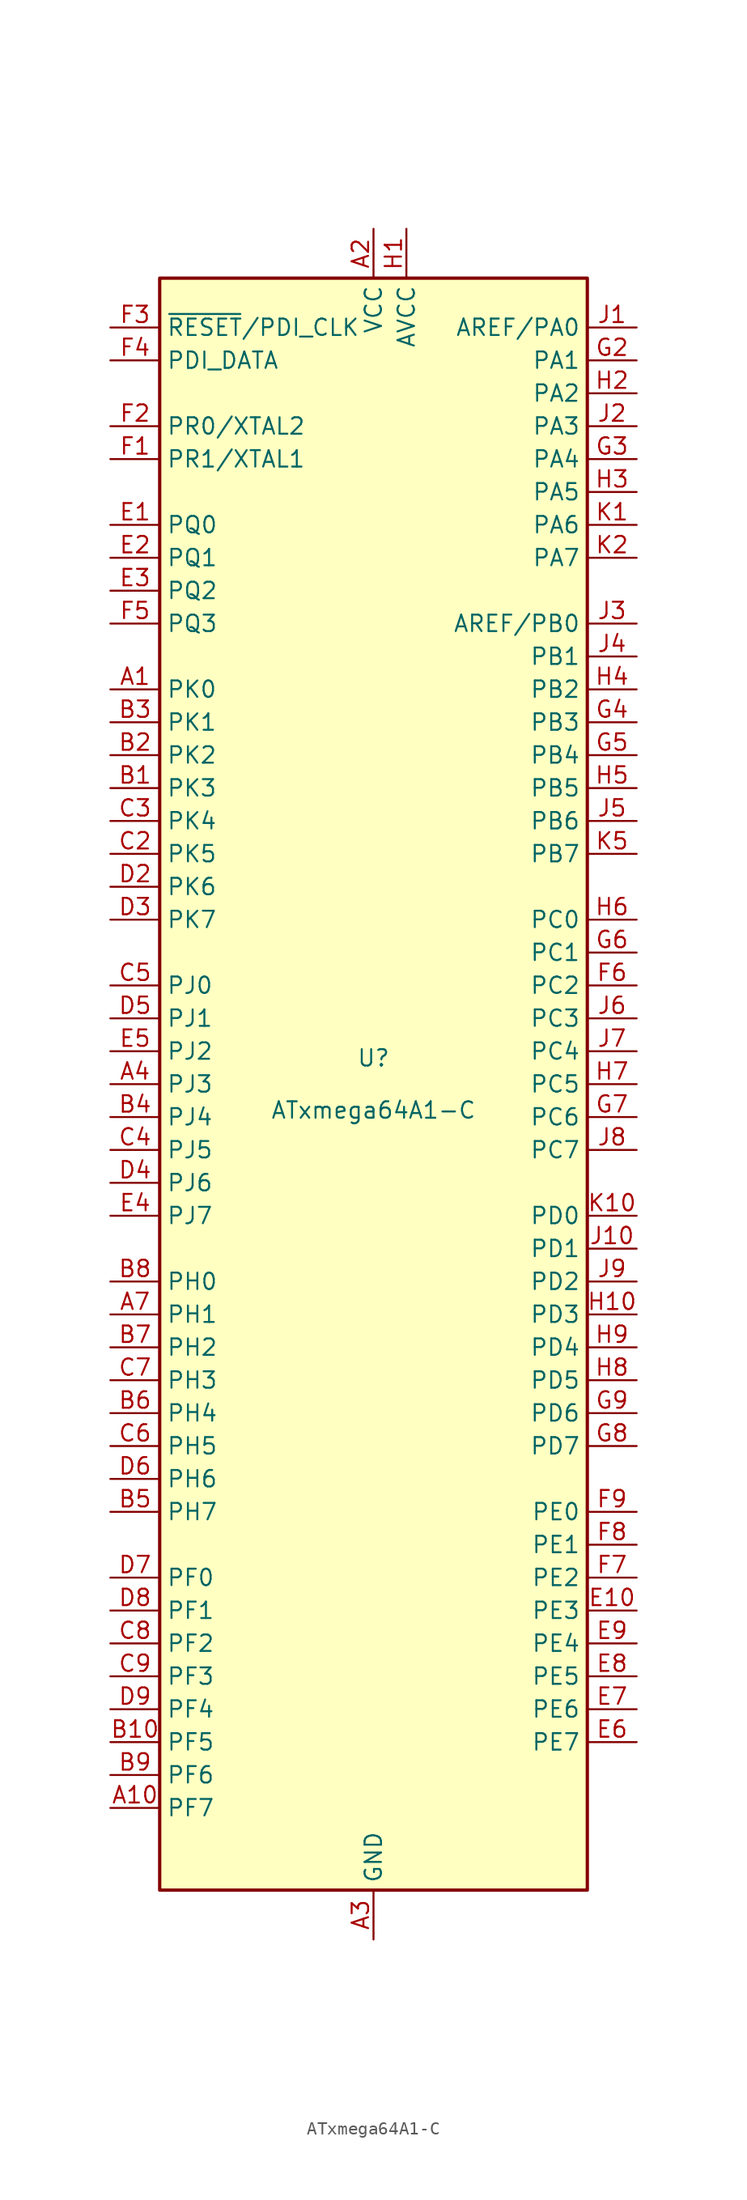
<source format=kicad_sym>
(kicad_symbol_lib
  (version 20201005)
  (generator kicad_symbol_editor)
  (symbol "MCU_Microchip_ATmega:ATxmega64A1-C"
    (property "Reference" "U"
      (at 0 1.27 0)
      (effects (font (size 1.27 1.27)) (justify bottom)))
    (property "Value" "ATxmega64A1-C"
      (at 0 -1.27 0)
      (effects (font (size 1.27 1.27)) (justify top)))
    (symbol "ATxmega64A1-C_0_1"
      (rectangle (start -16.51 -62.23) (end 16.51 62.23) (stroke (width 0.254)) (fill (type background))))
    (symbol "ATxmega64A1-C_1_1"
      (pin bidirectional line (at -20.32 30.48 0) (length 3.81) (name "PK0" (effects (font (size 1.27 1.27)))) (number "A1" (effects (font (size 1.27 1.27)))))
      (pin bidirectional line (at -20.32 -55.88 0) (length 3.81) (name "PF7" (effects (font (size 1.27 1.27)))) (number "A10" (effects (font (size 1.27 1.27)))))
      (pin power_in line (at 0 66.04 270) (length 3.81) (name "VCC" (effects (font (size 1.27 1.27)))) (number "A2" (effects (font (size 1.27 1.27)))))
      (pin power_in line (at 0 -66.04 90) (length 3.81) (name "GND" (effects (font (size 1.27 1.27)))) (number "A3" (effects (font (size 1.27 1.27)))))
      (pin bidirectional line (at -20.32 0 0) (length 3.81) (name "PJ3" (effects (font (size 1.27 1.27)))) (number "A4" (effects (font (size 1.27 1.27)))))
      (pin passive line (at 0 66.04 270) (length 3.81) hide (name "VCC" (effects (font (size 1.27 1.27)))) (number "A5" (effects (font (size 1.27 1.27)))))
      (pin passive line (at 0 -66.04 90) (length 3.81) hide (name "GND" (effects (font (size 1.27 1.27)))) (number "A6" (effects (font (size 1.27 1.27)))))
      (pin bidirectional line (at -20.32 -17.78 0) (length 3.81) (name "PH1" (effects (font (size 1.27 1.27)))) (number "A7" (effects (font (size 1.27 1.27)))))
      (pin passive line (at 0 -66.04 90) (length 3.81) hide (name "GND" (effects (font (size 1.27 1.27)))) (number "A8" (effects (font (size 1.27 1.27)))))
      (pin passive line (at 0 66.04 270) (length 3.81) hide (name "VCC" (effects (font (size 1.27 1.27)))) (number "A9" (effects (font (size 1.27 1.27)))))
      (pin bidirectional line (at -20.32 22.86 0) (length 3.81) (name "PK3" (effects (font (size 1.27 1.27)))) (number "B1" (effects (font (size 1.27 1.27)))))
      (pin bidirectional line (at -20.32 -50.8 0) (length 3.81) (name "PF5" (effects (font (size 1.27 1.27)))) (number "B10" (effects (font (size 1.27 1.27)))))
      (pin bidirectional line (at -20.32 25.4 0) (length 3.81) (name "PK2" (effects (font (size 1.27 1.27)))) (number "B2" (effects (font (size 1.27 1.27)))))
      (pin bidirectional line (at -20.32 27.94 0) (length 3.81) (name "PK1" (effects (font (size 1.27 1.27)))) (number "B3" (effects (font (size 1.27 1.27)))))
      (pin bidirectional line (at -20.32 -2.54 0) (length 3.81) (name "PJ4" (effects (font (size 1.27 1.27)))) (number "B4" (effects (font (size 1.27 1.27)))))
      (pin bidirectional line (at -20.32 -33.02 0) (length 3.81) (name "PH7" (effects (font (size 1.27 1.27)))) (number "B5" (effects (font (size 1.27 1.27)))))
      (pin bidirectional line (at -20.32 -25.4 0) (length 3.81) (name "PH4" (effects (font (size 1.27 1.27)))) (number "B6" (effects (font (size 1.27 1.27)))))
      (pin bidirectional line (at -20.32 -20.32 0) (length 3.81) (name "PH2" (effects (font (size 1.27 1.27)))) (number "B7" (effects (font (size 1.27 1.27)))))
      (pin bidirectional line (at -20.32 -15.24 0) (length 3.81) (name "PH0" (effects (font (size 1.27 1.27)))) (number "B8" (effects (font (size 1.27 1.27)))))
      (pin bidirectional line (at -20.32 -53.34 0) (length 3.81) (name "PF6" (effects (font (size 1.27 1.27)))) (number "B9" (effects (font (size 1.27 1.27)))))
      (pin passive line (at 0 66.04 270) (length 3.81) hide (name "VCC" (effects (font (size 1.27 1.27)))) (number "C1" (effects (font (size 1.27 1.27)))))
      (pin passive line (at 0 66.04 270) (length 3.81) hide (name "VCC" (effects (font (size 1.27 1.27)))) (number "C10" (effects (font (size 1.27 1.27)))))
      (pin bidirectional line (at -20.32 17.78 0) (length 3.81) (name "PK5" (effects (font (size 1.27 1.27)))) (number "C2" (effects (font (size 1.27 1.27)))))
      (pin bidirectional line (at -20.32 20.32 0) (length 3.81) (name "PK4" (effects (font (size 1.27 1.27)))) (number "C3" (effects (font (size 1.27 1.27)))))
      (pin bidirectional line (at -20.32 -5.08 0) (length 3.81) (name "PJ5" (effects (font (size 1.27 1.27)))) (number "C4" (effects (font (size 1.27 1.27)))))
      (pin bidirectional line (at -20.32 7.62 0) (length 3.81) (name "PJ0" (effects (font (size 1.27 1.27)))) (number "C5" (effects (font (size 1.27 1.27)))))
      (pin bidirectional line (at -20.32 -27.94 0) (length 3.81) (name "PH5" (effects (font (size 1.27 1.27)))) (number "C6" (effects (font (size 1.27 1.27)))))
      (pin bidirectional line (at -20.32 -22.86 0) (length 3.81) (name "PH3" (effects (font (size 1.27 1.27)))) (number "C7" (effects (font (size 1.27 1.27)))))
      (pin bidirectional line (at -20.32 -43.18 0) (length 3.81) (name "PF2" (effects (font (size 1.27 1.27)))) (number "C8" (effects (font (size 1.27 1.27)))))
      (pin bidirectional line (at -20.32 -45.72 0) (length 3.81) (name "PF3" (effects (font (size 1.27 1.27)))) (number "C9" (effects (font (size 1.27 1.27)))))
      (pin passive line (at 0 -66.04 90) (length 3.81) hide (name "GND" (effects (font (size 1.27 1.27)))) (number "D1" (effects (font (size 1.27 1.27)))))
      (pin passive line (at 0 -66.04 90) (length 3.81) hide (name "GND" (effects (font (size 1.27 1.27)))) (number "D10" (effects (font (size 1.27 1.27)))))
      (pin bidirectional line (at -20.32 15.24 0) (length 3.81) (name "PK6" (effects (font (size 1.27 1.27)))) (number "D2" (effects (font (size 1.27 1.27)))))
      (pin bidirectional line (at -20.32 12.7 0) (length 3.81) (name "PK7" (effects (font (size 1.27 1.27)))) (number "D3" (effects (font (size 1.27 1.27)))))
      (pin bidirectional line (at -20.32 -7.62 0) (length 3.81) (name "PJ6" (effects (font (size 1.27 1.27)))) (number "D4" (effects (font (size 1.27 1.27)))))
      (pin bidirectional line (at -20.32 5.08 0) (length 3.81) (name "PJ1" (effects (font (size 1.27 1.27)))) (number "D5" (effects (font (size 1.27 1.27)))))
      (pin bidirectional line (at -20.32 -30.48 0) (length 3.81) (name "PH6" (effects (font (size 1.27 1.27)))) (number "D6" (effects (font (size 1.27 1.27)))))
      (pin bidirectional line (at -20.32 -38.1 0) (length 3.81) (name "PF0" (effects (font (size 1.27 1.27)))) (number "D7" (effects (font (size 1.27 1.27)))))
      (pin bidirectional line (at -20.32 -40.64 0) (length 3.81) (name "PF1" (effects (font (size 1.27 1.27)))) (number "D8" (effects (font (size 1.27 1.27)))))
      (pin bidirectional line (at -20.32 -48.26 0) (length 3.81) (name "PF4" (effects (font (size 1.27 1.27)))) (number "D9" (effects (font (size 1.27 1.27)))))
      (pin bidirectional line (at -20.32 43.18 0) (length 3.81) (name "PQ0" (effects (font (size 1.27 1.27)))) (number "E1" (effects (font (size 1.27 1.27)))))
      (pin bidirectional line (at 20.32 -40.64 180) (length 3.81) (name "PE3" (effects (font (size 1.27 1.27)))) (number "E10" (effects (font (size 1.27 1.27)))))
      (pin bidirectional line (at -20.32 40.64 0) (length 3.81) (name "PQ1" (effects (font (size 1.27 1.27)))) (number "E2" (effects (font (size 1.27 1.27)))))
      (pin bidirectional line (at -20.32 38.1 0) (length 3.81) (name "PQ2" (effects (font (size 1.27 1.27)))) (number "E3" (effects (font (size 1.27 1.27)))))
      (pin bidirectional line (at -20.32 -10.16 0) (length 3.81) (name "PJ7" (effects (font (size 1.27 1.27)))) (number "E4" (effects (font (size 1.27 1.27)))))
      (pin bidirectional line (at -20.32 2.54 0) (length 3.81) (name "PJ2" (effects (font (size 1.27 1.27)))) (number "E5" (effects (font (size 1.27 1.27)))))
      (pin bidirectional line (at 20.32 -50.8 180) (length 3.81) (name "PE7" (effects (font (size 1.27 1.27)))) (number "E6" (effects (font (size 1.27 1.27)))))
      (pin bidirectional line (at 20.32 -48.26 180) (length 3.81) (name "PE6" (effects (font (size 1.27 1.27)))) (number "E7" (effects (font (size 1.27 1.27)))))
      (pin bidirectional line (at 20.32 -45.72 180) (length 3.81) (name "PE5" (effects (font (size 1.27 1.27)))) (number "E8" (effects (font (size 1.27 1.27)))))
      (pin bidirectional line (at 20.32 -43.18 180) (length 3.81) (name "PE4" (effects (font (size 1.27 1.27)))) (number "E9" (effects (font (size 1.27 1.27)))))
      (pin bidirectional line (at -20.32 48.26 0) (length 3.81) (name "PR1/XTAL1" (effects (font (size 1.27 1.27)))) (number "F1" (effects (font (size 1.27 1.27)))))
      (pin passive line (at 0 66.04 270) (length 3.81) hide (name "VCC" (effects (font (size 1.27 1.27)))) (number "F10" (effects (font (size 1.27 1.27)))))
      (pin bidirectional line (at -20.32 50.8 0) (length 3.81) (name "PR0/XTAL2" (effects (font (size 1.27 1.27)))) (number "F2" (effects (font (size 1.27 1.27)))))
      (pin input line (at -20.32 58.42 0) (length 3.81) (name "~RESET~/PDI_CLK" (effects (font (size 1.27 1.27)))) (number "F3" (effects (font (size 1.27 1.27)))))
      (pin bidirectional line (at -20.32 55.88 0) (length 3.81) (name "PDI_DATA" (effects (font (size 1.27 1.27)))) (number "F4" (effects (font (size 1.27 1.27)))))
      (pin bidirectional line (at -20.32 35.56 0) (length 3.81) (name "PQ3" (effects (font (size 1.27 1.27)))) (number "F5" (effects (font (size 1.27 1.27)))))
      (pin bidirectional line (at 20.32 7.62 180) (length 3.81) (name "PC2" (effects (font (size 1.27 1.27)))) (number "F6" (effects (font (size 1.27 1.27)))))
      (pin bidirectional line (at 20.32 -38.1 180) (length 3.81) (name "PE2" (effects (font (size 1.27 1.27)))) (number "F7" (effects (font (size 1.27 1.27)))))
      (pin bidirectional line (at 20.32 -35.56 180) (length 3.81) (name "PE1" (effects (font (size 1.27 1.27)))) (number "F8" (effects (font (size 1.27 1.27)))))
      (pin bidirectional line (at 20.32 -33.02 180) (length 3.81) (name "PE0" (effects (font (size 1.27 1.27)))) (number "F9" (effects (font (size 1.27 1.27)))))
      (pin passive line (at 0 -66.04 90) (length 3.81) hide (name "GND" (effects (font (size 1.27 1.27)))) (number "G1" (effects (font (size 1.27 1.27)))))
      (pin passive line (at 0 -66.04 90) (length 3.81) hide (name "GND" (effects (font (size 1.27 1.27)))) (number "G10" (effects (font (size 1.27 1.27)))))
      (pin bidirectional line (at 20.32 55.88 180) (length 3.81) (name "PA1" (effects (font (size 1.27 1.27)))) (number "G2" (effects (font (size 1.27 1.27)))))
      (pin bidirectional line (at 20.32 48.26 180) (length 3.81) (name "PA4" (effects (font (size 1.27 1.27)))) (number "G3" (effects (font (size 1.27 1.27)))))
      (pin bidirectional line (at 20.32 27.94 180) (length 3.81) (name "PB3" (effects (font (size 1.27 1.27)))) (number "G4" (effects (font (size 1.27 1.27)))))
      (pin bidirectional line (at 20.32 25.4 180) (length 3.81) (name "PB4" (effects (font (size 1.27 1.27)))) (number "G5" (effects (font (size 1.27 1.27)))))
      (pin bidirectional line (at 20.32 10.16 180) (length 3.81) (name "PC1" (effects (font (size 1.27 1.27)))) (number "G6" (effects (font (size 1.27 1.27)))))
      (pin bidirectional line (at 20.32 -2.54 180) (length 3.81) (name "PC6" (effects (font (size 1.27 1.27)))) (number "G7" (effects (font (size 1.27 1.27)))))
      (pin bidirectional line (at 20.32 -27.94 180) (length 3.81) (name "PD7" (effects (font (size 1.27 1.27)))) (number "G8" (effects (font (size 1.27 1.27)))))
      (pin bidirectional line (at 20.32 -25.4 180) (length 3.81) (name "PD6" (effects (font (size 1.27 1.27)))) (number "G9" (effects (font (size 1.27 1.27)))))
      (pin power_in line (at 2.54 66.04 270) (length 3.81) (name "AVCC" (effects (font (size 1.27 1.27)))) (number "H1" (effects (font (size 1.27 1.27)))))
      (pin bidirectional line (at 20.32 -17.78 180) (length 3.81) (name "PD3" (effects (font (size 1.27 1.27)))) (number "H10" (effects (font (size 1.27 1.27)))))
      (pin bidirectional line (at 20.32 53.34 180) (length 3.81) (name "PA2" (effects (font (size 1.27 1.27)))) (number "H2" (effects (font (size 1.27 1.27)))))
      (pin bidirectional line (at 20.32 45.72 180) (length 3.81) (name "PA5" (effects (font (size 1.27 1.27)))) (number "H3" (effects (font (size 1.27 1.27)))))
      (pin bidirectional line (at 20.32 30.48 180) (length 3.81) (name "PB2" (effects (font (size 1.27 1.27)))) (number "H4" (effects (font (size 1.27 1.27)))))
      (pin bidirectional line (at 20.32 22.86 180) (length 3.81) (name "PB5" (effects (font (size 1.27 1.27)))) (number "H5" (effects (font (size 1.27 1.27)))))
      (pin bidirectional line (at 20.32 12.7 180) (length 3.81) (name "PC0" (effects (font (size 1.27 1.27)))) (number "H6" (effects (font (size 1.27 1.27)))))
      (pin bidirectional line (at 20.32 0 180) (length 3.81) (name "PC5" (effects (font (size 1.27 1.27)))) (number "H7" (effects (font (size 1.27 1.27)))))
      (pin bidirectional line (at 20.32 -22.86 180) (length 3.81) (name "PD5" (effects (font (size 1.27 1.27)))) (number "H8" (effects (font (size 1.27 1.27)))))
      (pin bidirectional line (at 20.32 -20.32 180) (length 3.81) (name "PD4" (effects (font (size 1.27 1.27)))) (number "H9" (effects (font (size 1.27 1.27)))))
      (pin bidirectional line (at 20.32 58.42 180) (length 3.81) (name "AREF/PA0" (effects (font (size 1.27 1.27)))) (number "J1" (effects (font (size 1.27 1.27)))))
      (pin bidirectional line (at 20.32 -12.7 180) (length 3.81) (name "PD1" (effects (font (size 1.27 1.27)))) (number "J10" (effects (font (size 1.27 1.27)))))
      (pin bidirectional line (at 20.32 50.8 180) (length 3.81) (name "PA3" (effects (font (size 1.27 1.27)))) (number "J2" (effects (font (size 1.27 1.27)))))
      (pin bidirectional line (at 20.32 35.56 180) (length 3.81) (name "AREF/PB0" (effects (font (size 1.27 1.27)))) (number "J3" (effects (font (size 1.27 1.27)))))
      (pin bidirectional line (at 20.32 33.02 180) (length 3.81) (name "PB1" (effects (font (size 1.27 1.27)))) (number "J4" (effects (font (size 1.27 1.27)))))
      (pin bidirectional line (at 20.32 20.32 180) (length 3.81) (name "PB6" (effects (font (size 1.27 1.27)))) (number "J5" (effects (font (size 1.27 1.27)))))
      (pin bidirectional line (at 20.32 5.08 180) (length 3.81) (name "PC3" (effects (font (size 1.27 1.27)))) (number "J6" (effects (font (size 1.27 1.27)))))
      (pin bidirectional line (at 20.32 2.54 180) (length 3.81) (name "PC4" (effects (font (size 1.27 1.27)))) (number "J7" (effects (font (size 1.27 1.27)))))
      (pin bidirectional line (at 20.32 -5.08 180) (length 3.81) (name "PC7" (effects (font (size 1.27 1.27)))) (number "J8" (effects (font (size 1.27 1.27)))))
      (pin bidirectional line (at 20.32 -15.24 180) (length 3.81) (name "PD2" (effects (font (size 1.27 1.27)))) (number "J9" (effects (font (size 1.27 1.27)))))
      (pin bidirectional line (at 20.32 43.18 180) (length 3.81) (name "PA6" (effects (font (size 1.27 1.27)))) (number "K1" (effects (font (size 1.27 1.27)))))
      (pin bidirectional line (at 20.32 -10.16 180) (length 3.81) (name "PD0" (effects (font (size 1.27 1.27)))) (number "K10" (effects (font (size 1.27 1.27)))))
      (pin bidirectional line (at 20.32 40.64 180) (length 3.81) (name "PA7" (effects (font (size 1.27 1.27)))) (number "K2" (effects (font (size 1.27 1.27)))))
      (pin passive line (at 0 -66.04 90) (length 3.81) hide (name "GND" (effects (font (size 1.27 1.27)))) (number "K3" (effects (font (size 1.27 1.27)))))
      (pin passive line (at 2.54 66.04 270) (length 3.81) hide (name "AVCC" (effects (font (size 1.27 1.27)))) (number "K4" (effects (font (size 1.27 1.27)))))
      (pin bidirectional line (at 20.32 17.78 180) (length 3.81) (name "PB7" (effects (font (size 1.27 1.27)))) (number "K5" (effects (font (size 1.27 1.27)))))
      (pin passive line (at 0 66.04 270) (length 3.81) hide (name "VCC" (effects (font (size 1.27 1.27)))) (number "K6" (effects (font (size 1.27 1.27)))))
      (pin passive line (at 0 -66.04 90) (length 3.81) hide (name "GND" (effects (font (size 1.27 1.27)))) (number "K7" (effects (font (size 1.27 1.27)))))
      (pin passive line (at 0 66.04 270) (length 3.81) hide (name "VCC" (effects (font (size 1.27 1.27)))) (number "K8" (effects (font (size 1.27 1.27)))))
      (pin passive line (at 0 -66.04 90) (length 3.81) hide (name "GND" (effects (font (size 1.27 1.27)))) (number "K9" (effects (font (size 1.27 1.27))))))))
</source>
